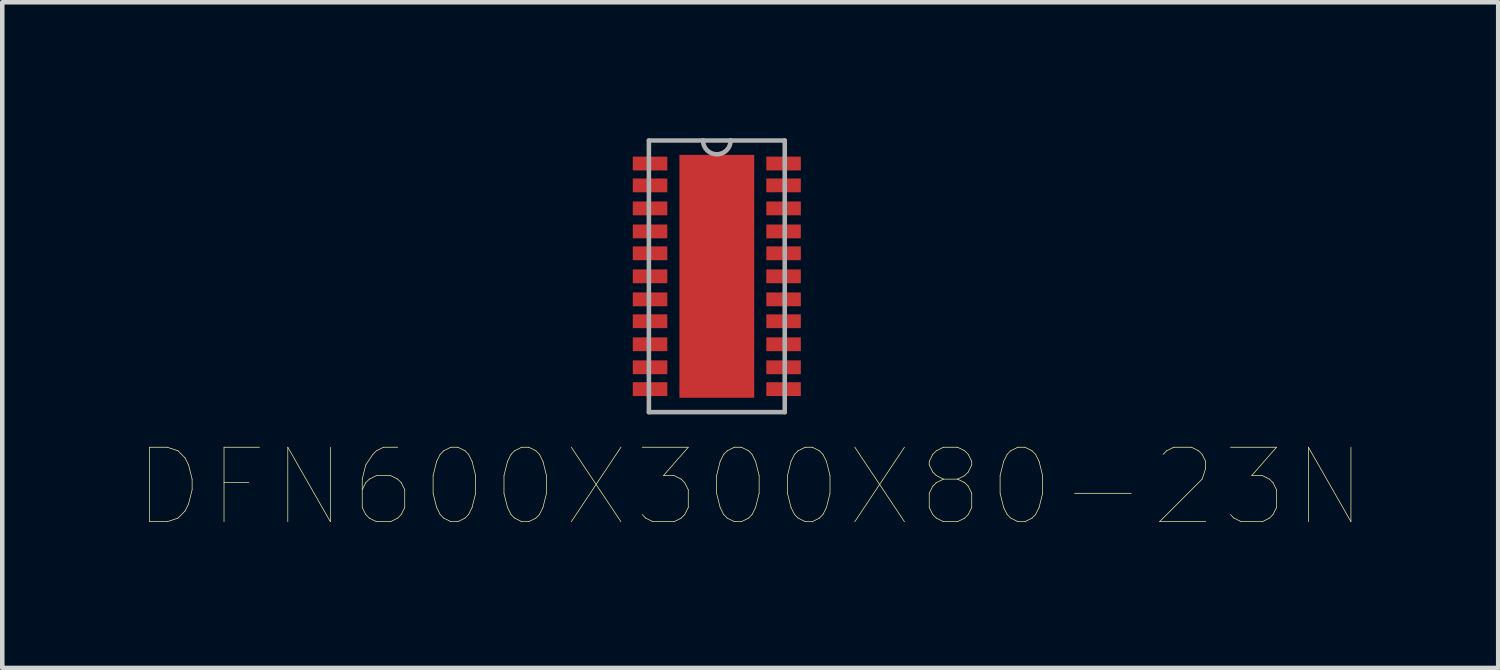
<source format=kicad_pcb>
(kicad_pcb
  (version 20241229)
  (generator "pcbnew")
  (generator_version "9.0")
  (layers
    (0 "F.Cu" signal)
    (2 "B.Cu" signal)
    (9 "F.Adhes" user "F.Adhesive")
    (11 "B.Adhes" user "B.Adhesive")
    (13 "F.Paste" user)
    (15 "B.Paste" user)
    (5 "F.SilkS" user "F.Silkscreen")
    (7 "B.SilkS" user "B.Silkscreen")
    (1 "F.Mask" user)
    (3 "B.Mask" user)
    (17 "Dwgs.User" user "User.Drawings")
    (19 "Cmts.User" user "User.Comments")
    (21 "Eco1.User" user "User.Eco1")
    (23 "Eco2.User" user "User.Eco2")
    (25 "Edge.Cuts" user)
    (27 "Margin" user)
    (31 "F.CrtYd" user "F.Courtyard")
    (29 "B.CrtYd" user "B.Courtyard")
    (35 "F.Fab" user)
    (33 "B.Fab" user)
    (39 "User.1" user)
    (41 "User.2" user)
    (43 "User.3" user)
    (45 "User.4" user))
  (footprint "DFN600X300X80-23N"
    (layer "F.Cu")
    (at 12.766 3.047)
    (property "Reference" "DFN600X300X80-23N" (at 0.738 4.654 0) (layer "F.SilkS") (effects (font (size 1.642 1.642) (thickness 0.015))))
    (attr through_hole)
    (fp_line (start -1.499 -2.997) (end -1.499 2.997) (stroke (width 0.1) (type solid)) (layer "F.Fab"))
    (fp_line (start -1.499 2.997) (end 1.499 2.997) (stroke (width 0.1) (type solid)) (layer "F.Fab"))
    (fp_line (start -0.305 -2.997) (end -1.499 -2.997) (stroke (width 0.1) (type solid)) (layer "F.Fab"))
    (fp_line (start 0.305 -2.997) (end -0.305 -2.997) (stroke (width 0.1) (type solid)) (layer "F.Fab"))
    (fp_line (start 1.499 -2.997) (end 0.305 -2.997) (stroke (width 0.1) (type solid)) (layer "F.Fab"))
    (fp_line (start 1.499 2.997) (end 1.499 -2.997) (stroke (width 0.1) (type solid)) (layer "F.Fab"))
    (fp_arc (start 0.3048 -2.9972) (mid 0 -2.6924) (end -0.3048 -2.9972) (stroke (width 0.1) (type solid)) (layer "F.Fab"))
    (pad "1" smd rect (at -1.473 -2.489) (size 0.762 0.305) (layers "F.Cu" "F.Mask" "F.Paste"))
    (pad "2" smd rect (at -1.473 -2.007) (size 0.762 0.305) (layers "F.Cu" "F.Mask" "F.Paste"))
    (pad "3" smd rect (at -1.473 -1.499) (size 0.762 0.305) (layers "F.Cu" "F.Mask" "F.Paste"))
    (pad "4" smd rect (at -1.473 -0.991) (size 0.762 0.305) (layers "F.Cu" "F.Mask" "F.Paste"))
    (pad "5" smd rect (at -1.473 -0.508) (size 0.762 0.305) (layers "F.Cu" "F.Mask" "F.Paste"))
    (pad "6" smd rect (at -1.473 0) (size 0.762 0.305) (layers "F.Cu" "F.Mask" "F.Paste"))
    (pad "7" smd rect (at -1.473 0.508) (size 0.762 0.305) (layers "F.Cu" "F.Mask" "F.Paste"))
    (pad "8" smd rect (at -1.473 0.991) (size 0.762 0.305) (layers "F.Cu" "F.Mask" "F.Paste"))
    (pad "9" smd rect (at -1.473 1.499) (size 0.762 0.305) (layers "F.Cu" "F.Mask" "F.Paste"))
    (pad "10" smd rect (at -1.473 2.007) (size 0.762 0.305) (layers "F.Cu" "F.Mask" "F.Paste"))
    (pad "11" smd rect (at -1.473 2.489) (size 0.762 0.305) (layers "F.Cu" "F.Mask" "F.Paste"))
    (pad "12" smd rect (at 1.473 2.489) (size 0.762 0.305) (layers "F.Cu" "F.Mask" "F.Paste"))
    (pad "13" smd rect (at 1.473 2.007) (size 0.762 0.305) (layers "F.Cu" "F.Mask" "F.Paste"))
    (pad "14" smd rect (at 1.473 1.499) (size 0.762 0.305) (layers "F.Cu" "F.Mask" "F.Paste"))
    (pad "15" smd rect (at 1.473 0.991) (size 0.762 0.305) (layers "F.Cu" "F.Mask" "F.Paste"))
    (pad "16" smd rect (at 1.473 0.508) (size 0.762 0.305) (layers "F.Cu" "F.Mask" "F.Paste"))
    (pad "17" smd rect (at 1.473 0) (size 0.762 0.305) (layers "F.Cu" "F.Mask" "F.Paste"))
    (pad "18" smd rect (at 1.473 -0.508) (size 0.762 0.305) (layers "F.Cu" "F.Mask" "F.Paste"))
    (pad "19" smd rect (at 1.473 -0.991) (size 0.762 0.305) (layers "F.Cu" "F.Mask" "F.Paste"))
    (pad "20" smd rect (at 1.473 -1.499) (size 0.762 0.305) (layers "F.Cu" "F.Mask" "F.Paste"))
    (pad "21" smd rect (at 1.473 -2.007) (size 0.762 0.305) (layers "F.Cu" "F.Mask" "F.Paste"))
    (pad "22" smd rect (at 1.473 -2.489) (size 0.762 0.305) (layers "F.Cu" "F.Mask" "F.Paste"))
    (pad "23" smd rect (at 0 0) (size 1.651 5.359) (layers "F.Cu" "F.Mask" "F.Paste")))
  (gr_rect
    (start -3 -3)
    (end 30.007 11.688)
    (stroke (width 0.1) (type default))
    (fill no)
    (layer "Edge.Cuts")))
</source>
